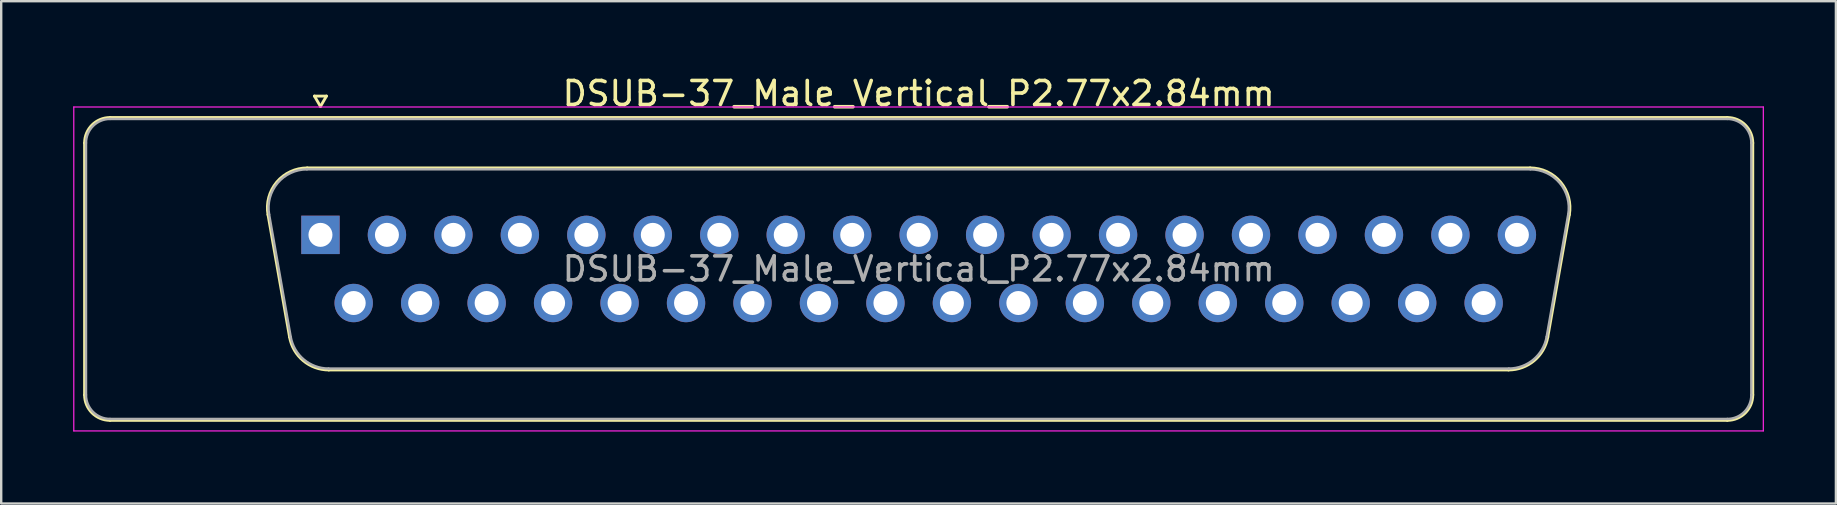
<source format=kicad_pcb>
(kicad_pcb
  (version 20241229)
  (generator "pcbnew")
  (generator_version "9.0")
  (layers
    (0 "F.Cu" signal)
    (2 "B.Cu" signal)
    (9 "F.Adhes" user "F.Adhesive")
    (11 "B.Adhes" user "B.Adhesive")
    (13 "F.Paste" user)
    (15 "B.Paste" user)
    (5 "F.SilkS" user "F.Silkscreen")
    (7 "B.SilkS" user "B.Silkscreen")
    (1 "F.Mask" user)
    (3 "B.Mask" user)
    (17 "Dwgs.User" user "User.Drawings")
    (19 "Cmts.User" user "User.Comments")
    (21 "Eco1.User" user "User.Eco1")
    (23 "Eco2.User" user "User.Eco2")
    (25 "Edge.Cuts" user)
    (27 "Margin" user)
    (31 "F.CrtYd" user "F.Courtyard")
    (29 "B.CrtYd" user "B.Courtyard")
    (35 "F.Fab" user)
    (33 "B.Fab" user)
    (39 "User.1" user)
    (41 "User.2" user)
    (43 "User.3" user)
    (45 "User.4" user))
  (footprint "DSUB-37_Male_Vertical_P2.77x2.84mm"
    (layer "F.Cu")
    (at 10.305 6.738)
    (property "Reference" "DSUB-37_Male_Vertical_P2.77x2.84mm" (at 24.93 -5.89 0) (layer "F.SilkS") (effects (font (size 1 1) (thickness 0.15))))
    (attr through_hole)
    (fp_line (start -9.83 6.67) (end -9.83 -3.83) (stroke (width 0.12) (type solid)) (layer "F.SilkS"))
    (fp_line (start -8.77 -4.89) (end 58.63 -4.89) (stroke (width 0.12) (type solid)) (layer "F.SilkS"))
    (fp_line (start -2.186 -0.842) (end -1.287 4.258) (stroke (width 0.12) (type solid)) (layer "F.SilkS"))
    (fp_line (start -0.552 -2.79) (end 50.412 -2.79) (stroke (width 0.12) (type solid)) (layer "F.SilkS"))
    (fp_line (start -0.25 -5.784) (end 0.25 -5.784) (stroke (width 0.12) (type solid)) (layer "F.SilkS"))
    (fp_line (start 0 -5.351) (end -0.25 -5.784) (stroke (width 0.12) (type solid)) (layer "F.SilkS"))
    (fp_line (start 0.25 -5.784) (end 0 -5.351) (stroke (width 0.12) (type solid)) (layer "F.SilkS"))
    (fp_line (start 0.348 5.63) (end 49.512 5.63) (stroke (width 0.12) (type solid)) (layer "F.SilkS"))
    (fp_line (start 52.046 -0.842) (end 51.147 4.258) (stroke (width 0.12) (type solid)) (layer "F.SilkS"))
    (fp_line (start 58.63 7.73) (end -8.77 7.73) (stroke (width 0.12) (type solid)) (layer "F.SilkS"))
    (fp_line (start 59.69 -3.83) (end 59.69 6.67) (stroke (width 0.12) (type solid)) (layer "F.SilkS"))
    (fp_arc (start -9.83 -3.83) (mid -9.519533 -4.579533) (end -8.77 -4.89) (stroke (width 0.12) (type solid)) (layer "F.SilkS"))
    (fp_arc (start -8.77 7.73) (mid -9.519533 7.419533) (end -9.83 6.67) (stroke (width 0.12) (type solid)) (layer "F.SilkS"))
    (fp_arc (start -2.18647 -0.841744) (mid -1.823323 -2.197027) (end -0.551689 -2.79) (stroke (width 0.12) (type solid)) (layer "F.SilkS"))
    (fp_arc (start 0.347579 5.63) (mid -0.719449 5.241634) (end -1.287202 4.258256) (stroke (width 0.12) (type solid)) (layer "F.SilkS"))
    (fp_arc (start 50.411689 -2.79) (mid 51.683323 -2.197027) (end 52.04647 -0.841744) (stroke (width 0.12) (type solid)) (layer "F.SilkS"))
    (fp_arc (start 51.147202 4.258256) (mid 50.579449 5.241634) (end 49.512421 5.63) (stroke (width 0.12) (type solid)) (layer "F.SilkS"))
    (fp_arc (start 58.63 -4.89) (mid 59.379533 -4.579533) (end 59.69 -3.83) (stroke (width 0.12) (type solid)) (layer "F.SilkS"))
    (fp_arc (start 59.69 6.67) (mid 59.379533 7.419533) (end 58.63 7.73) (stroke (width 0.12) (type solid)) (layer "F.SilkS"))
    (fp_line (start -10.28 -5.33) (end -10.28 8.17) (stroke (width 0.05) (type solid)) (layer "F.CrtYd"))
    (fp_line (start -10.28 8.17) (end 60.13 8.17) (stroke (width 0.05) (type solid)) (layer "F.CrtYd"))
    (fp_line (start 60.13 -5.33) (end -10.28 -5.33) (stroke (width 0.05) (type solid)) (layer "F.CrtYd"))
    (fp_line (start 60.13 8.17) (end 60.13 -5.33) (stroke (width 0.05) (type solid)) (layer "F.CrtYd"))
    (fp_line (start -9.77 6.67) (end -9.77 -3.83) (stroke (width 0.1) (type solid)) (layer "F.Fab"))
    (fp_line (start -8.77 -4.83) (end 58.63 -4.83) (stroke (width 0.1) (type solid)) (layer "F.Fab"))
    (fp_line (start -2.139 -0.852) (end -1.24 4.248) (stroke (width 0.1) (type solid)) (layer "F.Fab"))
    (fp_line (start -0.563 -2.73) (end 50.423 -2.73) (stroke (width 0.1) (type solid)) (layer "F.Fab"))
    (fp_line (start 0.336 5.57) (end 49.524 5.57) (stroke (width 0.1) (type solid)) (layer "F.Fab"))
    (fp_line (start 51.999 -0.852) (end 51.1 4.248) (stroke (width 0.1) (type solid)) (layer "F.Fab"))
    (fp_line (start 58.63 7.67) (end -8.77 7.67) (stroke (width 0.1) (type solid)) (layer "F.Fab"))
    (fp_line (start 59.63 -3.83) (end 59.63 6.67) (stroke (width 0.1) (type solid)) (layer "F.Fab"))
    (fp_arc (start -9.77 -3.83) (mid -9.477107 -4.537107) (end -8.77 -4.83) (stroke (width 0.1) (type solid)) (layer "F.Fab"))
    (fp_arc (start -8.77 7.67) (mid -9.477107 7.377107) (end -9.77 6.67) (stroke (width 0.1) (type solid)) (layer "F.Fab"))
    (fp_arc (start -2.138887 -0.852163) (mid -1.788865 -2.15846) (end -0.563194 -2.73) (stroke (width 0.1) (type solid)) (layer "F.Fab"))
    (fp_arc (start 0.336073 5.57) (mid -0.692387 5.195671) (end -1.239619 4.247837) (stroke (width 0.1) (type solid)) (layer "F.Fab"))
    (fp_arc (start 50.423194 -2.73) (mid 51.648865 -2.15846) (end 51.998887 -0.852163) (stroke (width 0.1) (type solid)) (layer "F.Fab"))
    (fp_arc (start 51.099619 4.247837) (mid 50.552387 5.195671) (end 49.523927 5.57) (stroke (width 0.1) (type solid)) (layer "F.Fab"))
    (fp_arc (start 58.63 -4.83) (mid 59.337107 -4.537107) (end 59.63 -3.83) (stroke (width 0.1) (type solid)) (layer "F.Fab"))
    (fp_arc (start 59.63 6.67) (mid 59.337107 7.377107) (end 58.63 7.67) (stroke (width 0.1) (type solid)) (layer "F.Fab"))
    (fp_text user "${REFERENCE}" (at 24.93 1.42 0) (layer "F.Fab") (effects (font (size 1 1) (thickness 0.15))))
    (pad "1" thru_hole rect (at 0 0) (size 1.6 1.6) (drill 1) (layers "*.Cu" "*.Mask"))
    (pad "2" thru_hole circle (at 2.77 0) (size 1.6 1.6) (drill 1) (layers "*.Cu" "*.Mask"))
    (pad "3" thru_hole circle (at 5.54 0) (size 1.6 1.6) (drill 1) (layers "*.Cu" "*.Mask"))
    (pad "4" thru_hole circle (at 8.31 0) (size 1.6 1.6) (drill 1) (layers "*.Cu" "*.Mask"))
    (pad "5" thru_hole circle (at 11.08 0) (size 1.6 1.6) (drill 1) (layers "*.Cu" "*.Mask"))
    (pad "6" thru_hole circle (at 13.85 0) (size 1.6 1.6) (drill 1) (layers "*.Cu" "*.Mask"))
    (pad "7" thru_hole circle (at 16.62 0) (size 1.6 1.6) (drill 1) (layers "*.Cu" "*.Mask"))
    (pad "8" thru_hole circle (at 19.39 0) (size 1.6 1.6) (drill 1) (layers "*.Cu" "*.Mask"))
    (pad "9" thru_hole circle (at 22.16 0) (size 1.6 1.6) (drill 1) (layers "*.Cu" "*.Mask"))
    (pad "10" thru_hole circle (at 24.93 0) (size 1.6 1.6) (drill 1) (layers "*.Cu" "*.Mask"))
    (pad "11" thru_hole circle (at 27.7 0) (size 1.6 1.6) (drill 1) (layers "*.Cu" "*.Mask"))
    (pad "12" thru_hole circle (at 30.47 0) (size 1.6 1.6) (drill 1) (layers "*.Cu" "*.Mask"))
    (pad "13" thru_hole circle (at 33.24 0) (size 1.6 1.6) (drill 1) (layers "*.Cu" "*.Mask"))
    (pad "14" thru_hole circle (at 36.01 0) (size 1.6 1.6) (drill 1) (layers "*.Cu" "*.Mask"))
    (pad "15" thru_hole circle (at 38.78 0) (size 1.6 1.6) (drill 1) (layers "*.Cu" "*.Mask"))
    (pad "16" thru_hole circle (at 41.55 0) (size 1.6 1.6) (drill 1) (layers "*.Cu" "*.Mask"))
    (pad "17" thru_hole circle (at 44.32 0) (size 1.6 1.6) (drill 1) (layers "*.Cu" "*.Mask"))
    (pad "18" thru_hole circle (at 47.09 0) (size 1.6 1.6) (drill 1) (layers "*.Cu" "*.Mask"))
    (pad "19" thru_hole circle (at 49.86 0) (size 1.6 1.6) (drill 1) (layers "*.Cu" "*.Mask"))
    (pad "20" thru_hole circle (at 1.385 2.84) (size 1.6 1.6) (drill 1) (layers "*.Cu" "*.Mask"))
    (pad "21" thru_hole circle (at 4.155 2.84) (size 1.6 1.6) (drill 1) (layers "*.Cu" "*.Mask"))
    (pad "22" thru_hole circle (at 6.925 2.84) (size 1.6 1.6) (drill 1) (layers "*.Cu" "*.Mask"))
    (pad "23" thru_hole circle (at 9.695 2.84) (size 1.6 1.6) (drill 1) (layers "*.Cu" "*.Mask"))
    (pad "24" thru_hole circle (at 12.465 2.84) (size 1.6 1.6) (drill 1) (layers "*.Cu" "*.Mask"))
    (pad "25" thru_hole circle (at 15.235 2.84) (size 1.6 1.6) (drill 1) (layers "*.Cu" "*.Mask"))
    (pad "26" thru_hole circle (at 18.005 2.84) (size 1.6 1.6) (drill 1) (layers "*.Cu" "*.Mask"))
    (pad "27" thru_hole circle (at 20.775 2.84) (size 1.6 1.6) (drill 1) (layers "*.Cu" "*.Mask"))
    (pad "28" thru_hole circle (at 23.545 2.84) (size 1.6 1.6) (drill 1) (layers "*.Cu" "*.Mask"))
    (pad "29" thru_hole circle (at 26.315 2.84) (size 1.6 1.6) (drill 1) (layers "*.Cu" "*.Mask"))
    (pad "30" thru_hole circle (at 29.085 2.84) (size 1.6 1.6) (drill 1) (layers "*.Cu" "*.Mask"))
    (pad "31" thru_hole circle (at 31.855 2.84) (size 1.6 1.6) (drill 1) (layers "*.Cu" "*.Mask"))
    (pad "32" thru_hole circle (at 34.625 2.84) (size 1.6 1.6) (drill 1) (layers "*.Cu" "*.Mask"))
    (pad "33" thru_hole circle (at 37.395 2.84) (size 1.6 1.6) (drill 1) (layers "*.Cu" "*.Mask"))
    (pad "34" thru_hole circle (at 40.165 2.84) (size 1.6 1.6) (drill 1) (layers "*.Cu" "*.Mask"))
    (pad "35" thru_hole circle (at 42.935 2.84) (size 1.6 1.6) (drill 1) (layers "*.Cu" "*.Mask"))
    (pad "36" thru_hole circle (at 45.705 2.84) (size 1.6 1.6) (drill 1) (layers "*.Cu" "*.Mask"))
    (pad "37" thru_hole circle (at 48.475 2.84) (size 1.6 1.6) (drill 1) (layers "*.Cu" "*.Mask")))
  (gr_rect
    (start -3 -3)
    (end 73.46 17.933)
    (stroke (width 0.1) (type default))
    (fill no)
    (layer "Edge.Cuts")))
</source>
